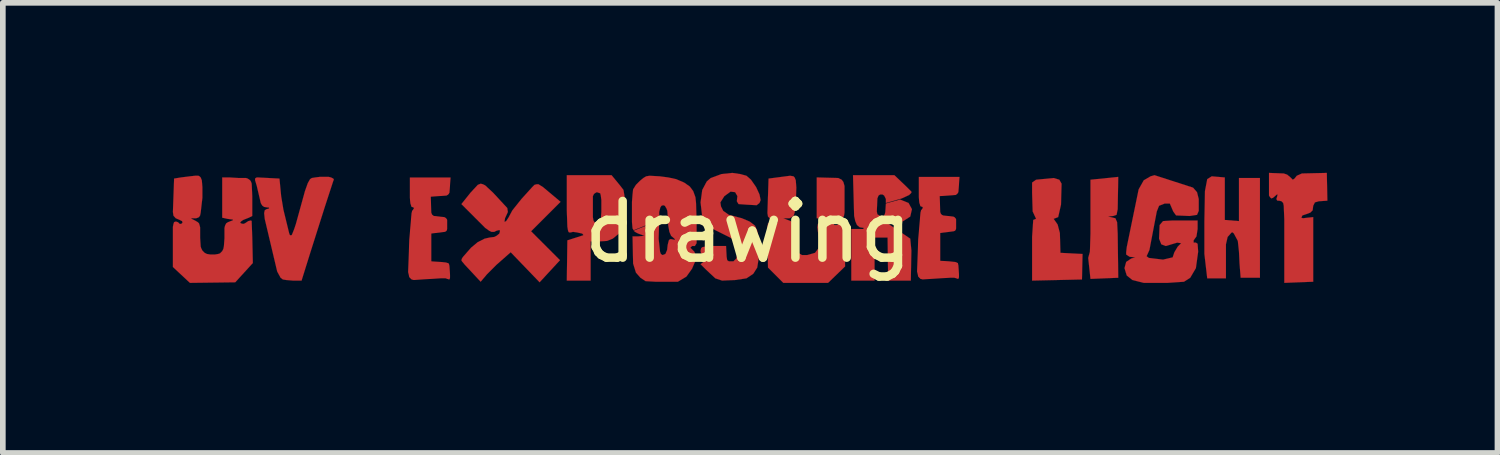
<source format=kicad_pcb>
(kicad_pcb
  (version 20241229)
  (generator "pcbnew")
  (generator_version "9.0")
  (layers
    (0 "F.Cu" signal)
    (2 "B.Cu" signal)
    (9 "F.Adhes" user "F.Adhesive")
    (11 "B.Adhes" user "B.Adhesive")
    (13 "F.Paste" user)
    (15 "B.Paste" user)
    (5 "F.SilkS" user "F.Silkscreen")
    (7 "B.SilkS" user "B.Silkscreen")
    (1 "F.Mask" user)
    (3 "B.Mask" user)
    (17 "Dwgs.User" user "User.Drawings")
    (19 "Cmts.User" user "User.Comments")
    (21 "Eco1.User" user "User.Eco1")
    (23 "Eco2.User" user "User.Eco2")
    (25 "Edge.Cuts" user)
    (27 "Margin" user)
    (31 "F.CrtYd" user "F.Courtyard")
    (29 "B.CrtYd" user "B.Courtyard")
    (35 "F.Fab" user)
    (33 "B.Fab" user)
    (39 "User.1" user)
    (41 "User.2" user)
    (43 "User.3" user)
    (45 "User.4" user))
  (footprint "drawing"
    (layer "F.Cu")
    (at 9.881 0.931)
    (property "Reference" "drawing" (at 0.27 0.11 0) (layer "F.SilkS") (effects (font (size 1 1) (thickness 0.15))))
    (attr through_hole)
    (fp_poly (pts (xy 6.79 -0.29) (xy 6.77 -0.19) (xy 6.71 -0.17) (xy 6.62 -0.16) (xy 6.75 -0.13) (xy 6.78 -0.06) (xy 6.79 0.14) (xy 6.8 0.92) (xy 6.31 0.94) (xy 6.27 0.57) (xy 6.3 0.46) (xy 6.31 0.14) (xy 6.31 -0.81) (xy 6.8 -0.86)) (stroke (width 0.002) (type solid)) (fill yes) (layer "F.Cu"))
    (fp_poly (pts (xy 5.76 -0.81) (xy 5.8 -0.74) (xy 5.79 -0.37) (xy 5.74 -0.15) (xy 5.66 -0.12) (xy 5.73 -0.02) (xy 5.77 0.13) (xy 5.78 0.48) (xy 6.17 0.5) (xy 6.16 0.95) (xy 5.28 0.97) (xy 5.28 0.2) (xy 5.3 -0.1) (xy 5.35 -0.12) (xy 5.29 -0.25) (xy 5.28 -0.58) (xy 5.28 -0.76) (xy 5.35 -0.81) (xy 5.66 -0.84)) (stroke (width 0.002) (type solid)) (fill yes) (layer "F.Cu"))
    (fp_poly (pts (xy 8.68 -0.85) (xy 8.68 -0.1) (xy 8.93 -0.08) (xy 8.93 -0.84) (xy 9.3 -0.84) (xy 9.3 0.92) (xy 8.96 0.92) (xy 8.94 0.67) (xy 8.93 0.46) (xy 8.91 0.27) (xy 8.84 0.14) (xy 8.82 0.12) (xy 8.8 0.121) (xy 8.73 0.2) (xy 8.7 0.33) (xy 8.7 0.89) (xy 8.7 0.93) (xy 8.38 0.93) (xy 8.37 0.93) (xy 8.32 0.5) (xy 8.32 -0.07) (xy 8.33 -0.61) (xy 8.37 -0.82) (xy 8.45 -0.87)) (stroke (width 0.002) (type solid)) (fill yes) (layer "F.Cu"))
    (fp_poly (pts (xy 10.49 -0.44) (xy 10.34 -0.43) (xy 10.27 -0.41) (xy 10.24 -0.35) (xy 10.23 -0.27) (xy 10.19 -0.23) (xy 10.11 -0.2) (xy 10.05 -0.18) (xy 10.03 -0.14) (xy 10.06 -0.13) (xy 10.14 -0.14) (xy 10.24 -0.15) (xy 10.24 0.99) (xy 9.73 1.01) (xy 9.73 -0.11) (xy 9.72 -0.35) (xy 9.71 -0.4) (xy 9.68 -0.43) (xy 9.64 -0.44) (xy 9.61 -0.44) (xy 9.6 -0.45) (xy 9.59 -0.47) (xy 9.6 -0.5) (xy 9.61 -0.54) (xy 9.61 -0.55) (xy 9.6 -0.55) (xy 9.53 -0.49) (xy 9.5 -0.48) (xy 9.48 -0.5) (xy 9.46 -0.53) (xy 9.46 -0.93) (xy 9.72 -0.92) (xy 9.78 -0.9) (xy 9.84 -0.85) (xy 9.88 -0.81) (xy 9.91 -0.83) (xy 9.95 -0.88) (xy 10.04 -0.92) (xy 10.48 -0.93)) (stroke (width 0.002) (type solid)) (fill yes) (layer "F.Cu"))
    (fp_poly (pts (xy 3.06 -0.69) (xy 3.15 -0.6) (xy 3.15 -0.58) (xy 3.11 -0.54) (xy 2.98 -0.48) (xy 2.7 -0.4) (xy 2.7 -0.47) (xy 2.67 -0.53) (xy 2.64 -0.55) (xy 2.6 -0.55) (xy 2.57 -0.53) (xy 2.55 -0.48) (xy 2.54 -0.25) (xy 2.55 -0.2) (xy 2.6 -0.17) (xy 2.66 -0.17) (xy 2.68 -0.2) (xy 2.69 -0.24) (xy 2.7 -0.39) (xy 2.95 -0.46) (xy 3.1 -0.4) (xy 3.16 -0.29) (xy 3.13 -0.16) (xy 2.99 -0.07) (xy 2.85 -0.06) (xy 2.7 -0.06) (xy 3.13 0.23) (xy 3.15 0.44) (xy 3.14 0.97) (xy 2.74 0.97) (xy 2.73 0.21) (xy 2.5 0.21) (xy 2.5 0.97) (xy 2.09 0.97) (xy 2.09 0.06) (xy 2.3 0.06) (xy 2.31 0.04) (xy 2.24 0.03) (xy 2.19 -0.01) (xy 2.16 -0.08) (xy 2.14 -0.17) (xy 2.12 -0.89) (xy 2.85 -0.89)) (stroke (width 0.002) (type solid)) (fill yes) (layer "F.Cu"))
    (fp_poly (pts (xy -5 -0.58) (xy -5.02 -0.55) (xy -5.05 -0.53) (xy -5.33 -0.51) (xy -5.32 -0.23) (xy -5.31 -0.2) (xy -5.29 -0.18) (xy -5.27 -0.17) (xy -5.09 -0.15) (xy -5.07 -0.14) (xy -5.05 -0.12) (xy -5.04 -0.1) (xy -5.04 0.06) (xy -5.05 0.09) (xy -5.06 0.1) (xy -5.08 0.11) (xy -5.32 0.14) (xy -5.32 0.63) (xy -5.16 0.64) (xy -5.06 0.65) (xy -5.03 0.66) (xy -5.01 0.67) (xy -5 0.71) (xy -4.99 0.87) (xy -4.99 0.92) (xy -5 0.95) (xy -5.01 0.95) (xy -5.07 0.93) (xy -5.15 0.93) (xy -5.48 0.95) (xy -5.63 0.96) (xy -5.67 0.95) (xy -5.71 0.91) (xy -5.73 0.82) (xy -5.71 0.25) (xy -5.67 -0.22) (xy -5.66 -0.26) (xy -5.63 -0.3) (xy -5.634 -0.32) (xy -5.67 -0.33) (xy -5.69 -0.39) (xy -5.7 -0.49) (xy -5.7 -0.68) (xy -5.7 -0.85) (xy -4.98 -0.85)) (stroke (width 0.0002) (type solid)) (fill yes) (layer "F.Cu"))
    (fp_poly (pts (xy 3.98 -0.59) (xy 3.96 -0.56) (xy 3.93 -0.54) (xy 3.65 -0.52) (xy 3.66 -0.24) (xy 3.67 -0.21) (xy 3.69 -0.19) (xy 3.71 -0.18) (xy 3.89 -0.16) (xy 3.91 -0.15) (xy 3.93 -0.13) (xy 3.94 -0.11) (xy 3.94 0.05) (xy 3.93 0.08) (xy 3.92 0.09) (xy 3.9 0.1) (xy 3.66 0.13) (xy 3.66 0.62) (xy 3.82 0.63) (xy 3.92 0.64) (xy 3.95 0.65) (xy 3.97 0.66) (xy 3.98 0.7) (xy 3.99 0.86) (xy 3.99 0.91) (xy 3.98 0.94) (xy 3.97 0.94) (xy 3.91 0.92) (xy 3.83 0.92) (xy 3.5 0.94) (xy 3.35 0.95) (xy 3.31 0.94) (xy 3.27 0.9) (xy 3.25 0.81) (xy 3.27 0.24) (xy 3.31 -0.23) (xy 3.32 -0.27) (xy 3.35 -0.31) (xy 3.346 -0.33) (xy 3.31 -0.34) (xy 3.29 -0.4) (xy 3.28 -0.5) (xy 3.28 -0.69) (xy 3.28 -0.86) (xy 4 -0.86)) (stroke (width 0.0002) (type solid)) (fill yes) (layer "F.Cu"))
    (fp_poly (pts (xy -7.09 -0.85) (xy -7.05 -0.83) (xy -7.04 -0.81) (xy -7.05 -0.79) (xy -7.2 -0.33) (xy -7.46 0.49) (xy -7.61 0.97) (xy -7.76 0.97) (xy -7.88 0.96) (xy -7.94 0.95) (xy -7.98 0.92) (xy -8.04 0.81) (xy -8.26 -0.12) (xy -8.27 -0.22) (xy -8.26 -0.27) (xy -8.23 -0.29) (xy -8.19 -0.3) (xy -8.18 -0.31) (xy -8.19 -0.32) (xy -8.21 -0.32) (xy -8.27 -0.33) (xy -8.3 -0.35) (xy -8.32 -0.38) (xy -8.33 -0.4) (xy -8.4 -0.7) (xy -8.43 -0.8) (xy -8.43 -0.83) (xy -8.42 -0.84) (xy -8.4 -0.85) (xy -8.38 -0.85) (xy -8 -0.83) (xy -7.97 -0.52) (xy -7.93 -0.28) (xy -7.83 0.13) (xy -7.82 0.16) (xy -7.81 0.17) (xy -7.79 0.17) (xy -7.78 0.16) (xy -7.74 0.06) (xy -7.71 -0.03) (xy -7.55 -0.61) (xy -7.5 -0.75) (xy -7.46 -0.82) (xy -7.43 -0.84) (xy -7.37 -0.85) (xy -7.29 -0.86) (xy -7.13 -0.86)) (stroke (width 0.002) (type solid)) (fill yes) (layer "F.Cu"))
    (fp_poly (pts (xy -4.41 -0.73) (xy -4.37 -0.71) (xy -4.23 -0.58) (xy -3.98 -0.31) (xy -3.97 -0.24) (xy -4.02 -0.13) (xy -4.03 -0.07) (xy -4.02 -0.07) (xy -4 -0.08) (xy -3.96 -0.14) (xy -3.89 -0.27) (xy -3.73 -0.47) (xy -3.54 -0.68) (xy -3.5 -0.72) (xy -3.46 -0.73) (xy -3.43 -0.73) (xy -3.35 -0.68) (xy -3.04 -0.42) (xy -3.56 0.1) (xy -3.05 0.61) (xy -3.41 1) (xy -3.92 0.47) (xy -4.17 0.69) (xy -4.34 0.86) (xy -4.45 0.99) (xy -4.73 0.69) (xy -4.78 0.63) (xy -4.79 0.61) (xy -4.78 0.58) (xy -4.76 0.55) (xy -4.62 0.39) (xy -4.5 0.29) (xy -4.38 0.23) (xy -4.29 0.21) (xy -4.21 0.2) (xy -4.17 0.18) (xy -4.12 0.14) (xy -4.11 0.1) (xy -4.11 0.08) (xy -4.13 0.08) (xy -4.17 0.09) (xy -4.21 0.11) (xy -4.26 0.11) (xy -4.3 0.09) (xy -4.37 0.04) (xy -4.78 -0.37) (xy -4.79 -0.38) (xy -4.63 -0.58) (xy -4.5 -0.72) (xy -4.45 -0.74)) (stroke (width 0.002) (type solid)) (fill yes) (layer "F.Cu"))
    (fp_poly (pts (xy -2 -0.72) (xy -1.93 -0.63) (xy -1.91 -0.51) (xy -1.91 -0.37) (xy -1.94 -0.24) (xy -2.01 -0.12) (xy -2.02 -0.1) (xy -2.33 -0.11) (xy -2.32 -0.24) (xy -2.32 -0.45) (xy -2.33 -0.53) (xy -2.34 -0.57) (xy -2.4 -0.59) (xy -2.42 -0.58) (xy -2.45 -0.56) (xy -2.47 -0.52) (xy -2.47 -0.15) (xy -2.46 -0.09) (xy -2.44 -0.06) (xy -2.41 -0.05) (xy -2.37 -0.05) (xy -2.34 -0.07) (xy -2.33 -0.1) (xy -2.02 -0.09) (xy -2.01 -0.09) (xy -1.98 -0.1) (xy -1.94 -0.1) (xy -1.92 -0.09) (xy -1.9 -0.07) (xy -1.9 -0.05) (xy -1.91 -0.01) (xy -1.94 0.05) (xy -2.01 0.14) (xy -2.12 0.23) (xy -2.22 0.27) (xy -2.39 0.28) (xy -2.51 0.28) (xy -2.51 0.97) (xy -2.93 0.97) (xy -2.92 0.26) (xy -2.64 0.17) (xy -2.64 0.16) (xy -2.66 0.14) (xy -2.75 0.12) (xy -2.82 0.11) (xy -2.86 0.12) (xy -2.89 0.12) (xy -2.9 0.11) (xy -2.91 0.08) (xy -2.92 0.02) (xy -2.93 -0.27) (xy -2.93 -0.89) (xy -2.14 -0.89)) (stroke (width 0.002) (type solid)) (fill yes) (layer "F.Cu"))
    (fp_poly (pts (xy 8.12 -0.67) (xy 8.19 -0.59) (xy 8.22 -0.47) (xy 8.22 -0.26) (xy 8.19 -0.19) (xy 8.06 -0.17) (xy 7.82 -0.18) (xy 7.77 -0.25) (xy 7.71 -0.39) (xy 7.62 -0.39) (xy 7.52 -0.35) (xy 7.48 -0.25) (xy 7.35 0.43) (xy 7.3 0.54) (xy 7.34 0.57) (xy 7.59 0.6) (xy 7.76 0.56) (xy 7.79 0.47) (xy 7.85 0.37) (xy 7.91 0.31) (xy 7.84 0.3) (xy 7.64 0.36) (xy 7.56 0.33) (xy 7.52 0.23) (xy 7.53 -0.01) (xy 7.59 -0.08) (xy 7.75 -0.09) (xy 8.2 -0.09) (xy 8.2 0.06) (xy 8.18 0.19) (xy 8.13 0.26) (xy 8.13 0.3) (xy 8.17 0.3) (xy 8.2 0.32) (xy 8.21 0.46) (xy 8.17 0.75) (xy 8.07 0.92) (xy 7.96 0.99) (xy 7.67 1.01) (xy 7.25 1.01) (xy 7.05 0.96) (xy 6.95 0.88) (xy 6.91 0.75) (xy 6.94 0.64) (xy 7.03 0.58) (xy 7.1 0.56) (xy 7 0.55) (xy 6.94 0.51) (xy 6.94 0.47) (xy 6.95 0.38) (xy 7.16 -0.64) (xy 7.25 -0.8) (xy 7.37 -0.87) (xy 7.44 -0.89)) (stroke (width 0.002) (type solid)) (fill yes) (layer "F.Cu"))
    (fp_poly (pts (xy 1.07 -0.87) (xy 1.09 -0.85) (xy 1.11 -0.8) (xy 1.12 -0.67) (xy 1.11 -0.4) (xy 1.09 -0.23) (xy 1.07 -0.17) (xy 1 -0.13) (xy 0.89 -0.13) (xy 1.02 -0.08) (xy 1.07 -0.04) (xy 1.08 0.02) (xy 1.07 0.15) (xy 1.06 0.35) (xy 1.1 0.45) (xy 1.22 0.52) (xy 1.31 0.52) (xy 1.45 0.48) (xy 1.51 0.4) (xy 1.52 0.24) (xy 1.49 0.03) (xy 1.5 -0.03) (xy 1.54 -0.06) (xy 1.69 -0.12) (xy 1.48 -0.13) (xy 1.48 -0.85) (xy 1.49 -0.85) (xy 1.86 -0.84) (xy 1.92 -0.81) (xy 1.95 -0.77) (xy 1.97 -0.7) (xy 1.97 -0.23) (xy 1.96 -0.17) (xy 1.93 -0.13) (xy 1.79 -0.07) (xy 1.77 -0.04) (xy 1.79 -0.01) (xy 1.84 -0.01) (xy 1.89 -0.05) (xy 1.93 -0.06) (xy 1.96 -0.04) (xy 1.97 0.03) (xy 1.98 0.72) (xy 1.68 1.01) (xy 0.89 1.01) (xy 0.62 0.74) (xy 0.61 0.02) (xy 0.62 -0.04) (xy 0.66 -0.06) (xy 0.71 -0.04) (xy 0.77 -0.04) (xy 0.79 -0.06) (xy 0.76 -0.09) (xy 0.71 -0.11) (xy 0.65 -0.13) (xy 0.62 -0.16) (xy 0.61 -0.22) (xy 0.63 -0.83) (xy 1.01 -0.88)) (stroke (width 0.002) (type solid)) (fill yes) (layer "F.Cu"))
    (fp_poly (pts (xy 0.13 -0.91) (xy 0.24 -0.88) (xy 0.32 -0.81) (xy 0.41 -0.68) (xy 0.47 -0.55) (xy 0.49 -0.45) (xy 0.47 -0.4) (xy 0.42 -0.36) (xy 0.24 -0.37) (xy 0.1 -0.38) (xy 0.07 -0.43) (xy 0.08 -0.52) (xy 0.04 -0.59) (xy -0.04 -0.6) (xy -0.15 -0.52) (xy -0.22 -0.41) (xy -0.21 -0.34) (xy -0.17 -0.26) (xy -0.07 -0.19) (xy 0.16 -0.13) (xy 0.3 -0.07) (xy 0.39 0) (xy 0.43 0.09) (xy 0.46 0.25) (xy 0.47 0.39) (xy 0.46 0.55) (xy 0.43 0.74) (xy 0.36 0.85) (xy 0.24 0.93) (xy 0.04 0.96) (xy -0.19 0.97) (xy -0.31 0.93) (xy -0.47 0.78) (xy -0.57 0.68) (xy -0.35 0.51) (xy -0.53 0.51) (xy -0.56 0.49) (xy -0.57 0.45) (xy -0.56 0.4) (xy -0.54 0.38) (xy -0.44 0.36) (xy -0.12 0.36) (xy -0.11 0.55) (xy -0.1 0.61) (xy -0.07 0.63) (xy 0.01 0.63) (xy 0.06 0.58) (xy 0.08 0.5) (xy 0.07 0.4) (xy 0.02 0.26) (xy -0.03 0.22) (xy -0.35 0.06) (xy -0.47 -0.03) (xy -0.54 -0.15) (xy -0.57 -0.41) (xy -0.54 -0.63) (xy -0.46 -0.78) (xy -0.39 -0.84) (xy -0.2 -0.91) (xy -0.01 -0.93)) (stroke (width 0.002) (type solid)) (fill yes) (layer "F.Cu"))
    (fp_poly (pts (xy -1.29 -0.87) (xy -1.14 -0.85) (xy -1 -0.82) (xy -0.86 -0.76) (xy -0.76 -0.69) (xy -0.7 -0.61) (xy -0.66 -0.5) (xy -0.65 -0.4) (xy -0.64 -0.08) (xy -0.64 0.2) (xy -0.64 0.31) (xy -0.67 0.36) (xy -0.72 0.36) (xy -0.75 0.39) (xy -0.68 0.46) (xy -0.66 0.51) (xy -0.66 0.62) (xy -0.72 0.76) (xy -0.82 0.9) (xy -0.97 0.99) (xy -1.36 0.99) (xy -1.54 0.98) (xy -1.63 0.92) (xy -1.71 0.83) (xy -1.76 0.67) (xy -1.77 0.19) (xy -1.67 0.19) (xy -1.56 0.18) (xy -1.67 0.14) (xy -1.71 0.12) (xy -1.74 0.1) (xy -1.75 0.09) (xy -1.3 -0.09) (xy -1.31 0.23) (xy -1.285 0.46) (xy -1.27 0.5) (xy -1.24 0.52) (xy -1.19 0.5) (xy -1.16 0.43) (xy -1.15 0.34) (xy -1.13 0.26) (xy -1.11 0.24) (xy -1.08 0.24) (xy -1.03 0.25) (xy -1.02 0.24) (xy -1.09 0.18) (xy -1.12 0.11) (xy -1.14 0) (xy -1.15 -0.18) (xy -1.156 -0.261) (xy -1.17 -0.3) (xy -1.2 -0.35) (xy -1.23 -0.36) (xy -1.26 -0.35) (xy -1.28 -0.32) (xy -1.3 -0.24) (xy -1.3 -0.1) (xy -1.75 0.08) (xy -1.77 0.05) (xy -1.78 -0.06) (xy -1.78 -0.42) (xy -1.77 -0.55) (xy -1.76 -0.64) (xy -1.71 -0.72) (xy -1.64 -0.79) (xy -1.58 -0.84) (xy -1.53 -0.87) (xy -1.47 -0.88)) (stroke (width 0.002) (type solid)) (fill yes) (layer "F.Cu"))
    (fp_poly (pts (xy -9.41 -0.87) (xy -9.39 -0.85) (xy -9.37 -0.8) (xy -9.36 -0.68) (xy -9.36 -0.49) (xy -9.39 -0.23) (xy -9.4 -0.18) (xy -9.42 -0.15) (xy -9.44 -0.14) (xy -9.47 -0.13) (xy -9.56 -0.13) (xy -9.55 -0.12) (xy -9.49 -0.09) (xy -9.44 -0.06) (xy -9.42 -0.04) (xy -9.41 -0.01) (xy -9.4 0.03) (xy -9.4 0.21) (xy -9.39 0.37) (xy -9.38 0.4) (xy -9.36 0.44) (xy -9.32 0.48) (xy -9.28 0.5) (xy -9.22 0.51) (xy -9.14 0.51) (xy -9.08 0.5) (xy -9.05 0.49) (xy -9.01 0.45) (xy -8.99 0.41) (xy -8.98 0.36) (xy -8.97 0.22) (xy -8.97 0.04) (xy -8.96 0) (xy -8.94 -0.04) (xy -8.91 -0.06) (xy -8.86 -0.08) (xy -8.83 -0.09) (xy -8.82 -0.1) (xy -8.83 -0.11) (xy -8.85 -0.11) (xy -8.92 -0.12) (xy -9.01 -0.14) (xy -9.01 -0.85) (xy -8.88 -0.85) (xy -8.72 -0.84) (xy -8.59 -0.84) (xy -8.56 -0.83) (xy -8.53 -0.81) (xy -8.51 -0.79) (xy -8.5 -0.77) (xy -8.49 -0.74) (xy -8.48 -0.52) (xy -8.48 -0.17) (xy -8.54 -0.14) (xy -8.64 -0.1) (xy -8.67 -0.08) (xy -8.69 -0.06) (xy -8.69 -0.05) (xy -8.68 -0.04) (xy -8.64 -0.03) (xy -8.61 -0.04) (xy -8.55 -0.08) (xy -8.51 -0.09) (xy -8.5 -0.09) (xy -8.49 -0.08) (xy -8.49 -0.06) (xy -8.48 0.2) (xy -8.47 0.66) (xy -8.78 1) (xy -9.58 1.01) (xy -9.88 0.73) (xy -9.88 0.39) (xy -9.88 0.16) (xy -9.88 0.06) (xy -9.88 0.02) (xy -9.87 -0.03) (xy -9.86 -0.06) (xy -9.84 -0.07) (xy -9.82 -0.07) (xy -9.79 -0.06) (xy -9.76 -0.03) (xy -9.74 -0.03) (xy -9.72 -0.04) (xy -9.71 -0.06) (xy -9.72 -0.08) (xy -9.76 -0.1) (xy -9.83 -0.13) (xy -9.87 -0.174) (xy -9.88 -0.24) (xy -9.86 -0.8) (xy -9.86 -0.83) (xy -9.74 -0.85) (xy -9.58 -0.87) (xy -9.49 -0.88) (xy -9.43 -0.88)) (stroke (width 0.002) (type solid)) (fill yes) (layer "F.Cu")))
  (gr_rect
    (start -3 -3)
    (end 23.372 4.942)
    (stroke (width 0.1) (type default))
    (fill no)
    (layer "Edge.Cuts")))
</source>
